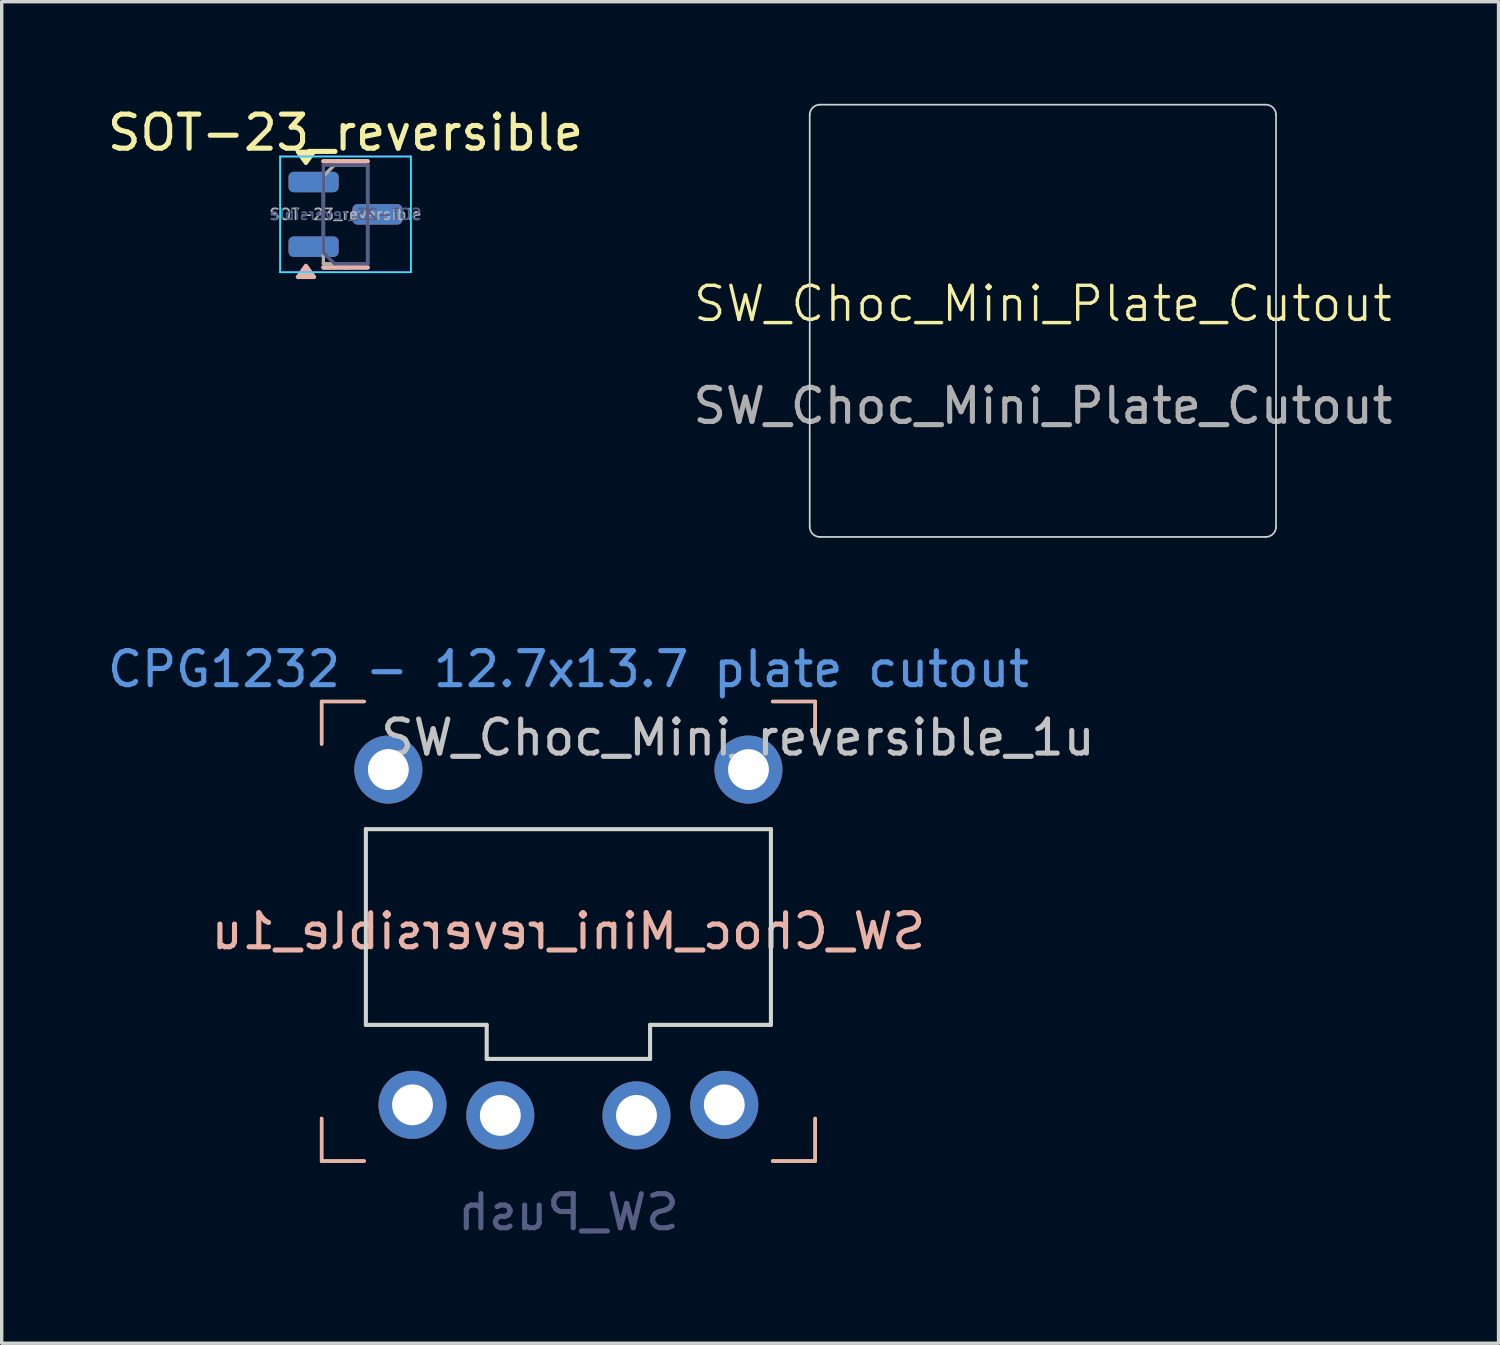
<source format=kicad_pcb>
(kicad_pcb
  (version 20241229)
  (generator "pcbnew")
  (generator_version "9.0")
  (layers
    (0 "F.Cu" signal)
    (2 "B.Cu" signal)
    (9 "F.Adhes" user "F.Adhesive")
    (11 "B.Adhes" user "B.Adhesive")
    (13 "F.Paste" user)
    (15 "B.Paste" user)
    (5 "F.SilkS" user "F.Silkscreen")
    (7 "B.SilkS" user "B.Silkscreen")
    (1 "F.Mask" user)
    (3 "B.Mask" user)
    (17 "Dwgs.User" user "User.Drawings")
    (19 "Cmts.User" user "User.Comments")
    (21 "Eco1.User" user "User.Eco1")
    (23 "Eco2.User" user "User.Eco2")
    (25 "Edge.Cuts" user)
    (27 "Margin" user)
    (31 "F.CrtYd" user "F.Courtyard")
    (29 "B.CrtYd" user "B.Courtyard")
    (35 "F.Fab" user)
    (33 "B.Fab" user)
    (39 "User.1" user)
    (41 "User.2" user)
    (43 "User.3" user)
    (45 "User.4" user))
  (footprint "SW_Choc_Mini_Plate_Cutout"
    (layer "F.Cu")
    (at 27.589 6.375)
    (property "Reference" "SW_Choc_Mini_Plate_Cutout" (at 0 -0.5 0) (unlocked yes) (layer "F.SilkS") (effects (font (size 1 1) (thickness 0.1))))
    (attr smd)
    (fp_line (start -6.85 -6.05) (end -6.85 6.05) (stroke (width 0.05) (type default)) (layer "Edge.Cuts"))
    (fp_line (start -6.55 6.35) (end 6.55 6.35) (stroke (width 0.05) (type default)) (layer "Edge.Cuts"))
    (fp_line (start 6.55 -6.35) (end -6.55 -6.35) (stroke (width 0.05) (type default)) (layer "Edge.Cuts"))
    (fp_line (start 6.85 6.05) (end 6.85 -6.05) (stroke (width 0.05) (type default)) (layer "Edge.Cuts"))
    (fp_arc (start -6.85 -6.05) (mid -6.762132 -6.262132) (end -6.55 -6.35) (stroke (width 0.05) (type default)) (layer "Edge.Cuts"))
    (fp_arc (start -6.55 6.35) (mid -6.762132 6.262132) (end -6.85 6.05) (stroke (width 0.05) (type default)) (layer "Edge.Cuts"))
    (fp_arc (start 6.55 -6.35) (mid 6.762132 -6.262132) (end 6.85 -6.05) (stroke (width 0.05) (type default)) (layer "Edge.Cuts"))
    (fp_arc (start 6.85 6.05) (mid 6.762132 6.262132) (end 6.55 6.35) (stroke (width 0.05) (type default)) (layer "Edge.Cuts"))
    (fp_text user "${REFERENCE}" (at 0 2.5 0) (unlocked yes) (layer "F.Fab") (effects (font (size 1 1) (thickness 0.15)))))
  (footprint "SOT-23_reversible"
    (layer "F.Cu")
    (at 7.101 3.248)
    (property "Reference" "SOT-23_reversible" (at 0 -2.4 0) (layer "F.SilkS") (effects (font (size 1 1) (thickness 0.15))))
    (attr smd)
    (fp_line (start 0 -1.56) (end -0.65 -1.56) (stroke (width 0.12) (type solid)) (layer "F.SilkS"))
    (fp_line (start 0 -1.56) (end 0.65 -1.56) (stroke (width 0.12) (type solid)) (layer "F.SilkS"))
    (fp_line (start 0 1.56) (end -0.65 1.56) (stroke (width 0.12) (type solid)) (layer "F.SilkS"))
    (fp_line (start 0 1.56) (end 0.65 1.56) (stroke (width 0.12) (type solid)) (layer "F.SilkS"))
    (fp_poly (pts (xy -1.163 -1.51) (xy -1.403 -1.84) (xy -0.922 -1.84) (xy -1.163 -1.51)) (stroke (width 0.12) (type solid)) (fill yes) (layer "F.SilkS"))
    (fp_line (start 0 -1.56) (end -0.65 -1.56) (stroke (width 0.12) (type solid)) (layer "B.SilkS"))
    (fp_line (start 0 -1.56) (end 0.65 -1.56) (stroke (width 0.12) (type solid)) (layer "B.SilkS"))
    (fp_line (start 0 1.56) (end -0.65 1.56) (stroke (width 0.12) (type solid)) (layer "B.SilkS"))
    (fp_line (start 0 1.56) (end 0.65 1.56) (stroke (width 0.12) (type solid)) (layer "B.SilkS"))
    (fp_poly (pts (xy -1.163 1.51) (xy -1.403 1.84) (xy -0.922 1.84) (xy -1.163 1.51)) (stroke (width 0.12) (type solid)) (fill yes) (layer "B.SilkS"))
    (fp_line (start -1.92 -1.7) (end 1.92 -1.7) (stroke (width 0.05) (type solid)) (layer "B.CrtYd"))
    (fp_line (start -1.92 1.7) (end -1.92 -1.7) (stroke (width 0.05) (type solid)) (layer "B.CrtYd"))
    (fp_line (start 1.92 -1.7) (end 1.92 1.7) (stroke (width 0.05) (type solid)) (layer "B.CrtYd"))
    (fp_line (start 1.92 1.7) (end -1.92 1.7) (stroke (width 0.05) (type solid)) (layer "B.CrtYd"))
    (fp_line (start -1.92 -1.7) (end -1.92 1.7) (stroke (width 0.05) (type solid)) (layer "F.CrtYd"))
    (fp_line (start -1.92 1.7) (end 1.92 1.7) (stroke (width 0.05) (type solid)) (layer "F.CrtYd"))
    (fp_line (start 1.92 -1.7) (end -1.92 -1.7) (stroke (width 0.05) (type solid)) (layer "F.CrtYd"))
    (fp_line (start 1.92 1.7) (end 1.92 -1.7) (stroke (width 0.05) (type solid)) (layer "F.CrtYd"))
    (fp_line (start -0.65 -1.45) (end -0.65 1.125) (stroke (width 0.1) (type solid)) (layer "B.Fab"))
    (fp_line (start -0.65 1.125) (end -0.325 1.45) (stroke (width 0.1) (type solid)) (layer "B.Fab"))
    (fp_line (start -0.325 1.45) (end 0.65 1.45) (stroke (width 0.1) (type solid)) (layer "B.Fab"))
    (fp_line (start 0.65 -1.45) (end -0.65 -1.45) (stroke (width 0.1) (type solid)) (layer "B.Fab"))
    (fp_line (start 0.65 1.45) (end 0.65 -1.45) (stroke (width 0.1) (type solid)) (layer "B.Fab"))
    (fp_line (start -0.65 -1.125) (end -0.325 -1.45) (stroke (width 0.1) (type solid)) (layer "F.Fab"))
    (fp_line (start -0.65 1.45) (end -0.65 -1.125) (stroke (width 0.1) (type solid)) (layer "F.Fab"))
    (fp_line (start -0.325 -1.45) (end 0.65 -1.45) (stroke (width 0.1) (type solid)) (layer "F.Fab"))
    (fp_line (start 0.65 -1.45) (end 0.65 1.45) (stroke (width 0.1) (type solid)) (layer "F.Fab"))
    (fp_line (start 0.65 1.45) (end -0.65 1.45) (stroke (width 0.1) (type solid)) (layer "F.Fab"))
    (fp_text user "${REFERENCE}" (at 0 0 180) (layer "B.Fab") (effects (font (size 0.32 0.32) (thickness 0.05)) (justify mirror)))
    (fp_text user "${REFERENCE}" (at 0 0 0) (layer "F.Fab") (effects (font (size 0.32 0.32) (thickness 0.05))))
    (pad "1" smd roundrect (at -0.938 -0.95) (size 1.475 0.6) (layers "F.Cu" "F.Mask" "F.Paste") (roundrect_rratio 0.25))
    (pad "1" smd roundrect (at -0.938 0.95 180) (size 1.475 0.6) (layers "B.Cu" "B.Mask" "B.Paste") (roundrect_rratio 0.25))
    (pad "2" smd roundrect (at -0.938 -0.95 180) (size 1.475 0.6) (layers "B.Cu" "B.Mask" "B.Paste") (roundrect_rratio 0.25))
    (pad "2" smd roundrect (at -0.938 0.95) (size 1.475 0.6) (layers "F.Cu" "F.Mask" "F.Paste") (roundrect_rratio 0.25))
    (pad "3" smd roundrect (at 0.938 0) (size 1.475 0.6) (layers "F.Cu" "F.Mask" "F.Paste") (roundrect_rratio 0.25))
    (pad "3" smd roundrect (at 0.938 0 180) (size 1.475 0.6) (layers "B.Cu" "B.Mask" "B.Paste") (roundrect_rratio 0.25)))
  (footprint "SW_Choc_Mini_reversible_1u"
    (layer "F.Cu")
    (at 13.649 24.31)
    (property "Reference" "SW_Choc_Mini_reversible_1u" (at 4.98 -5.69 0) (layer "Dwgs.User") (effects (font (size 1 1) (thickness 0.15))))
    (property "Value" "SW_Push" (at -0.07 8.17 0) (layer "Dwgs.User") (hide yes) (effects (font (size 1 1) (thickness 0.15))))
    (attr through_hole)
    (fp_line (start -7.25 -6.75) (end -7.25 -5.5) (stroke (width 0.1) (type default)) (layer "F.SilkS"))
    (fp_line (start -7.25 -6.75) (end -6 -6.75) (stroke (width 0.1) (type default)) (layer "F.SilkS"))
    (fp_line (start -7.25 6.75) (end -7.25 5.5) (stroke (width 0.1) (type default)) (layer "F.SilkS"))
    (fp_line (start -7.25 6.75) (end -6 6.75) (stroke (width 0.1) (type default)) (layer "F.SilkS"))
    (fp_line (start 7.25 -6.75) (end 6 -6.75) (stroke (width 0.1) (type default)) (layer "F.SilkS"))
    (fp_line (start 7.25 -6.75) (end 7.25 -5.5) (stroke (width 0.1) (type default)) (layer "F.SilkS"))
    (fp_line (start 7.25 6.75) (end 6 6.75) (stroke (width 0.1) (type default)) (layer "F.SilkS"))
    (fp_line (start 7.25 6.75) (end 7.25 5.5) (stroke (width 0.1) (type default)) (layer "F.SilkS"))
    (fp_line (start -7.25 -6.75) (end -7.25 -5.5) (stroke (width 0.1) (type default)) (layer "B.SilkS"))
    (fp_line (start -7.25 -6.75) (end -6 -6.75) (stroke (width 0.1) (type default)) (layer "B.SilkS"))
    (fp_line (start -7.25 6.75) (end -7.25 5.5) (stroke (width 0.1) (type default)) (layer "B.SilkS"))
    (fp_line (start -7.25 6.75) (end -6 6.75) (stroke (width 0.1) (type default)) (layer "B.SilkS"))
    (fp_line (start 7.25 -6.75) (end 6 -6.75) (stroke (width 0.1) (type default)) (layer "B.SilkS"))
    (fp_line (start 7.25 -6.75) (end 7.25 -5.5) (stroke (width 0.1) (type default)) (layer "B.SilkS"))
    (fp_line (start 7.25 6.75) (end 6 6.75) (stroke (width 0.1) (type default)) (layer "B.SilkS"))
    (fp_line (start 7.25 6.75) (end 7.25 5.5) (stroke (width 0.1) (type default)) (layer "B.SilkS"))
    (fp_line (start -9 8.5) (end -9 -8.5) (stroke (width 0.12) (type solid)) (layer "Eco1.User"))
    (fp_line (start 9 -8.5) (end -9 -8.5) (stroke (width 0.12) (type solid)) (layer "Eco1.User"))
    (fp_line (start 9 8.5) (end -9 8.5) (stroke (width 0.12) (type solid)) (layer "Eco1.User"))
    (fp_line (start 9 8.5) (end 9 -8.5) (stroke (width 0.12) (type solid)) (layer "Eco1.User"))
    (fp_line (start -7.25 6.75) (end -7.25 -6.75) (stroke (width 0.15) (type solid)) (layer "Eco2.User"))
    (fp_line (start -2.8 -5.35) (end -2.8 -3.2) (stroke (width 0.15) (type solid)) (layer "Eco2.User"))
    (fp_line (start -2.8 -5.35) (end 2.8 -5.35) (stroke (width 0.15) (type solid)) (layer "Eco2.User"))
    (fp_line (start 2.8 -5.35) (end 2.8 -3.2) (stroke (width 0.15) (type solid)) (layer "Eco2.User"))
    (fp_line (start 2.8 -3.2) (end -2.8 -3.2) (stroke (width 0.15) (type solid)) (layer "Eco2.User"))
    (fp_line (start 7.25 -6.75) (end -7.25 -6.75) (stroke (width 0.15) (type solid)) (layer "Eco2.User"))
    (fp_line (start 7.25 6.75) (end -7.25 6.75) (stroke (width 0.15) (type solid)) (layer "Eco2.User"))
    (fp_line (start 7.25 6.75) (end 7.25 -6.75) (stroke (width 0.15) (type solid)) (layer "Eco2.User"))
    (fp_line (start -5.95 -3) (end -5.95 2.75) (stroke (width 0.12) (type solid)) (layer "Edge.Cuts"))
    (fp_line (start -5.95 2.75) (end -2.4 2.75) (stroke (width 0.12) (type solid)) (layer "Edge.Cuts"))
    (fp_line (start -2.4 3.75) (end -2.4 2.75) (stroke (width 0.12) (type solid)) (layer "Edge.Cuts"))
    (fp_line (start 2.4 2.75) (end 2.4 3.75) (stroke (width 0.12) (type solid)) (layer "Edge.Cuts"))
    (fp_line (start 2.4 3.75) (end -2.4 3.75) (stroke (width 0.12) (type solid)) (layer "Edge.Cuts"))
    (fp_line (start 5.95 -3) (end -5.95 -3) (stroke (width 0.12) (type solid)) (layer "Edge.Cuts"))
    (fp_line (start 5.95 2.75) (end 2.4 2.75) (stroke (width 0.12) (type solid)) (layer "Edge.Cuts"))
    (fp_line (start 5.95 2.75) (end 5.95 -3) (stroke (width 0.12) (type solid)) (layer "Edge.Cuts"))
    (fp_line (start -6.45 -4.75) (end -6.45 2.75) (stroke (width 0.1) (type default)) (layer "User.8"))
    (fp_line (start -5.95 3.25) (end -3.66 3.25) (stroke (width 0.1) (type default)) (layer "User.8"))
    (fp_line (start -4.13 -4.75) (end -4.13 -4) (stroke (width 0.1) (type default)) (layer "User.8"))
    (fp_line (start -3.16 5.41) (end -3.16 3.75) (stroke (width 0.1) (type default)) (layer "User.8"))
    (fp_line (start -0.84 4.75) (end -0.84 5.41) (stroke (width 0.1) (type default)) (layer "User.8"))
    (fp_line (start -0.34 4.25) (end 0.34 4.25) (stroke (width 0.1) (type default)) (layer "User.8"))
    (fp_line (start 0.84 5.41) (end 0.84 4.75) (stroke (width 0.1) (type default)) (layer "User.8"))
    (fp_line (start 3.16 3.75) (end 3.16 5.41) (stroke (width 0.1) (type default)) (layer "User.8"))
    (fp_line (start 3.63 -3.5) (end -3.63 -3.5) (stroke (width 0.1) (type default)) (layer "User.8"))
    (fp_line (start 3.66 3.25) (end 5.95 3.25) (stroke (width 0.1) (type default)) (layer "User.8"))
    (fp_line (start 4.13 -4.75) (end 4.13 -4) (stroke (width 0.1) (type default)) (layer "User.8"))
    (fp_line (start 6.45 -4.75) (end 6.45 -3) (stroke (width 0.1) (type default)) (layer "User.8"))
    (fp_line (start 6.45 2.75) (end 6.45 -3) (stroke (width 0.1) (type default)) (layer "User.8"))
    (fp_arc (start -6.45 -4.75) (mid -5.29 -5.91) (end -4.13 -4.75) (stroke (width 0.1) (type default)) (layer "User.8"))
    (fp_arc (start -5.95 3.25) (mid -6.303553 3.103553) (end -6.45 2.75) (stroke (width 0.1) (type default)) (layer "User.8"))
    (fp_arc (start -3.66 3.25) (mid -3.306447 3.396447) (end -3.16 3.75) (stroke (width 0.1) (type default)) (layer "User.8"))
    (fp_arc (start -3.63 -3.5) (mid -3.983553 -3.646447) (end -4.13 -4) (stroke (width 0.1) (type default)) (layer "User.8"))
    (fp_arc (start -0.84 4.75) (mid -0.693553 4.396447) (end -0.34 4.25) (stroke (width 0.1) (type default)) (layer "User.8"))
    (fp_arc (start -0.84 5.41) (mid -2 6.57) (end -3.16 5.41) (stroke (width 0.1) (type default)) (layer "User.8"))
    (fp_arc (start 0.34 4.25) (mid 0.693553 4.396447) (end 0.84 4.75) (stroke (width 0.1) (type default)) (layer "User.8"))
    (fp_arc (start 3.16 3.75) (mid 3.306447 3.396447) (end 3.66 3.25) (stroke (width 0.1) (type default)) (layer "User.8"))
    (fp_arc (start 3.16 5.41) (mid 2 6.57) (end 0.84 5.41) (stroke (width 0.1) (type default)) (layer "User.8"))
    (fp_arc (start 4.13 -4.75) (mid 5.29 -5.91) (end 6.45 -4.75) (stroke (width 0.1) (type default)) (layer "User.8"))
    (fp_arc (start 4.13 -4) (mid 3.983553 -3.646447) (end 3.63 -3.5) (stroke (width 0.1) (type default)) (layer "User.8"))
    (fp_arc (start 6.45 2.75) (mid 6.303553 3.103553) (end 5.95 3.25) (stroke (width 0.1) (type default)) (layer "User.8"))
    (fp_circle (center -4.58 5.1) (end -3.42 5.1) (stroke (width 0.1) (type default)) (fill no) (layer "User.8"))
    (fp_circle (center 4.58 5.1) (end 5.74 5.1) (stroke (width 0.1) (type default)) (fill no) (layer "User.8"))
    (fp_line (start -7.3 -5.8) (end -7.3 5.8) (stroke (width 0.1) (type default)) (layer "User.9"))
    (fp_line (start -6.8 5.8) (end -6.8 -5.8) (stroke (width 0.1) (type default)) (layer "User.9"))
    (fp_line (start -6.3 -6.3) (end 6.3 -6.3) (stroke (width 0.1) (type default)) (layer "User.9"))
    (fp_line (start -6.3 6.8) (end 6.3 6.8) (stroke (width 0.1) (type default)) (layer "User.9"))
    (fp_line (start 6.3 -6.8) (end -6.3 -6.8) (stroke (width 0.1) (type default)) (layer "User.9"))
    (fp_line (start 6.3 6.3) (end -6.3 6.3) (stroke (width 0.1) (type default)) (layer "User.9"))
    (fp_line (start 6.8 -5.8) (end 6.8 5.8) (stroke (width 0.1) (type default)) (layer "User.9"))
    (fp_line (start 7.3 5.8) (end 7.3 -5.8) (stroke (width 0.1) (type default)) (layer "User.9"))
    (fp_arc (start -7.3 -5.8) (mid -7.007107 -6.507107) (end -6.3 -6.8) (stroke (width 0.1) (type default)) (layer "User.9"))
    (fp_arc (start -6.8 -5.8) (mid -6.653553 -6.153553) (end -6.3 -6.3) (stroke (width 0.1) (type default)) (layer "User.9"))
    (fp_arc (start -6.3 6.3) (mid -6.653553 6.153553) (end -6.8 5.8) (stroke (width 0.1) (type default)) (layer "User.9"))
    (fp_arc (start -6.3 6.8) (mid -7.007106 6.507106) (end -7.3 5.8) (stroke (width 0.1) (type default)) (layer "User.9"))
    (fp_arc (start 6.3 -6.8) (mid 7.007107 -6.507107) (end 7.3 -5.8) (stroke (width 0.1) (type default)) (layer "User.9"))
    (fp_arc (start 6.3 -6.3) (mid 6.653553 -6.153553) (end 6.8 -5.8) (stroke (width 0.1) (type default)) (layer "User.9"))
    (fp_arc (start 6.8 5.8) (mid 6.653553 6.153553) (end 6.3 6.3) (stroke (width 0.1) (type default)) (layer "User.9"))
    (fp_arc (start 7.3 5.8) (mid 7.007107 6.507107) (end 6.3 6.8) (stroke (width 0.1) (type default)) (layer "User.9"))
    (fp_text user "${REFERENCE}" (at 0 0 0) (layer "B.SilkS") (effects (font (size 1 1) (thickness 0.15)) (justify mirror)))
    (fp_text user "CPG1232 - 12.7x13.7 plate cutout" (at 0 -7.7 0) (layer "Cmts.User") (effects (font (size 1 1) (thickness 0.15))))
    (fp_text user "${VALUE}" (at 0 8.255 0) (layer "B.Fab") (effects (font (size 1 1) (thickness 0.15)) (justify mirror)))
    (pad "1" thru_hole circle (at -4.58 5.1) (size 2 2) (drill 1.2) (layers "*.Cu" "*.Mask"))
    (pad "1" thru_hole circle (at -2 5.41) (size 2 2) (drill 1.2) (layers "*.Cu" "*.Mask"))
    (pad "2" thru_hole circle (at 2 5.41) (size 2 2) (drill 1.2) (layers "*.Cu" "*.Mask"))
    (pad "2" thru_hole circle (at 4.58 5.1) (size 2 2) (drill 1.2) (layers "*.Cu" "*.Mask"))
    (pad "MP" thru_hole circle (at -5.29 -4.75) (size 2 2) (drill 1.2) (layers "*.Cu" "*.Mask"))
    (pad "MP" thru_hole circle (at 5.29 -4.75) (size 2 2) (drill 1.2) (layers "*.Cu" "*.Mask")))
  (gr_rect
    (start -3 -3)
    (end 40.976 36.413)
    (stroke (width 0.1) (type default))
    (fill no)
    (layer "Edge.Cuts")))
</source>
